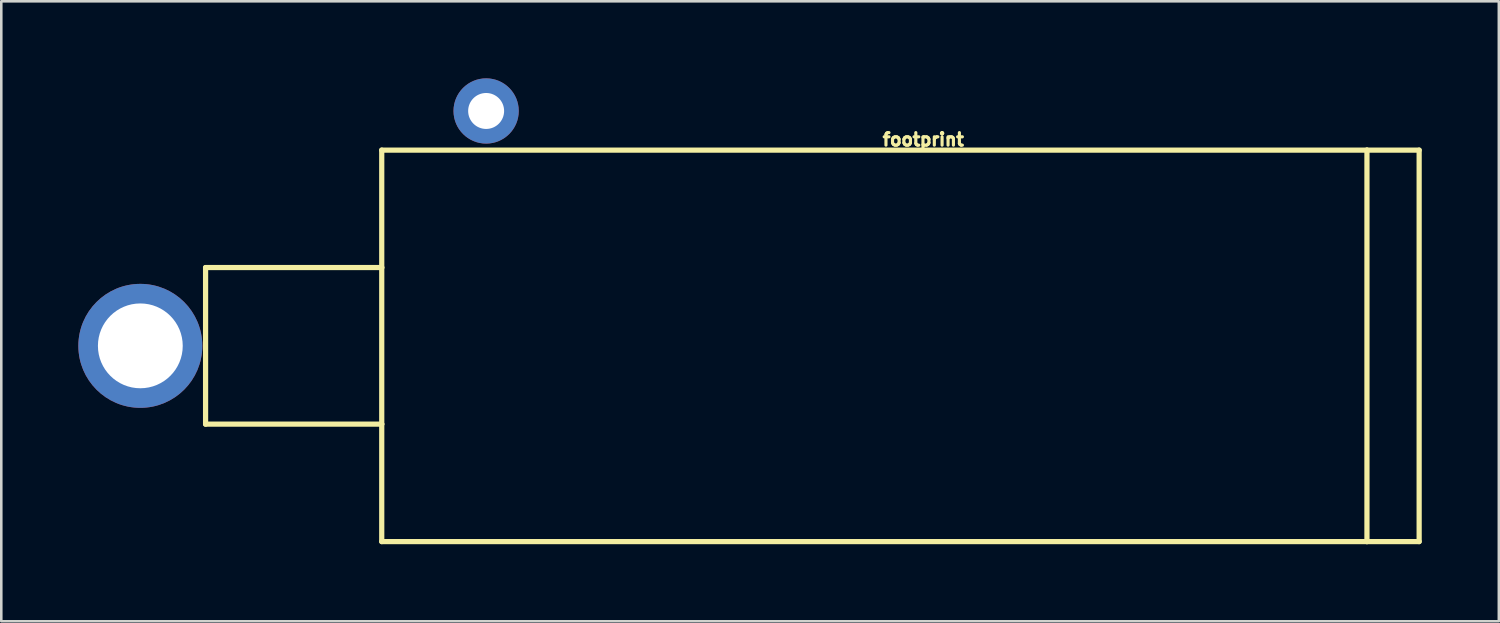
<source format=kicad_pcb>
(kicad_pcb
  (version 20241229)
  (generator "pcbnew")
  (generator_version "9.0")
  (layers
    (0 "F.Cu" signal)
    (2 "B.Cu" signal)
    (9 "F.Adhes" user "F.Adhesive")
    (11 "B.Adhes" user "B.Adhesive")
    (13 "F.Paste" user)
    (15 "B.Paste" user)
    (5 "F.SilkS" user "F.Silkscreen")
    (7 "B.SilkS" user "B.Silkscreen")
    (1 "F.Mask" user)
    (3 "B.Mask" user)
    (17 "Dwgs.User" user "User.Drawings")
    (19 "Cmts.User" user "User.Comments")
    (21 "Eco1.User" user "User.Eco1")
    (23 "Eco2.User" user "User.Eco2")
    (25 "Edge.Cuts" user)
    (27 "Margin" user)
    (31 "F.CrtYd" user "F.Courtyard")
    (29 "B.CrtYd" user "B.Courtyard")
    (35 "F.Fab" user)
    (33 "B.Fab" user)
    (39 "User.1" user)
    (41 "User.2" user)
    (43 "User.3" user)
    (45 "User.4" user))
  (footprint "footprint"
    (layer "F.Cu")
    (at 2.413 10.414)
    (property "Reference" "footprint" (at 30.48 -7.747 0) (layer "F.SilkS") (effects (font (size 0.488 0.488) (thickness 0.122)) (justify bottom)))
    (fp_line (start 2.54 -3.048) (end 2.54 3.048) (stroke (width 0.203) (type solid)) (layer "F.SilkS"))
    (fp_line (start 2.54 3.048) (end 9.398 3.048) (stroke (width 0.203) (type solid)) (layer "F.SilkS"))
    (fp_line (start 9.398 -7.62) (end 9.398 -3.048) (stroke (width 0.203) (type solid)) (layer "F.SilkS"))
    (fp_line (start 9.398 -3.048) (end 2.54 -3.048) (stroke (width 0.203) (type solid)) (layer "F.SilkS"))
    (fp_line (start 9.398 -3.048) (end 9.398 3.048) (stroke (width 0.203) (type solid)) (layer "F.SilkS"))
    (fp_line (start 9.398 3.048) (end 9.398 7.62) (stroke (width 0.203) (type solid)) (layer "F.SilkS"))
    (fp_line (start 9.398 7.62) (end 47.752 7.62) (stroke (width 0.203) (type solid)) (layer "F.SilkS"))
    (fp_line (start 47.752 -7.62) (end 9.398 -7.62) (stroke (width 0.203) (type solid)) (layer "F.SilkS"))
    (fp_line (start 47.752 -7.62) (end 47.752 7.62) (stroke (width 0.203) (type solid)) (layer "F.SilkS"))
    (fp_line (start 47.752 7.62) (end 49.784 7.62) (stroke (width 0.203) (type solid)) (layer "F.SilkS"))
    (fp_line (start 49.784 -7.62) (end 47.752 -7.62) (stroke (width 0.203) (type solid)) (layer "F.SilkS"))
    (fp_line (start 49.784 7.62) (end 49.784 -7.62) (stroke (width 0.203) (type solid)) (layer "F.SilkS"))
    (pad "A" thru_hole circle (at 0 0) (size 4.826 4.826) (drill 3.302) (layers "*.Cu" "*.Mask"))
    (pad "C" thru_hole circle (at 13.462 -9.144) (size 2.54 2.54) (drill 1.4) (layers "*.Cu" "*.Mask")))
  (gr_rect
    (start -3 -3)
    (end 55.299 21.136)
    (stroke (width 0.1) (type default))
    (fill no)
    (layer "Edge.Cuts")))
</source>
